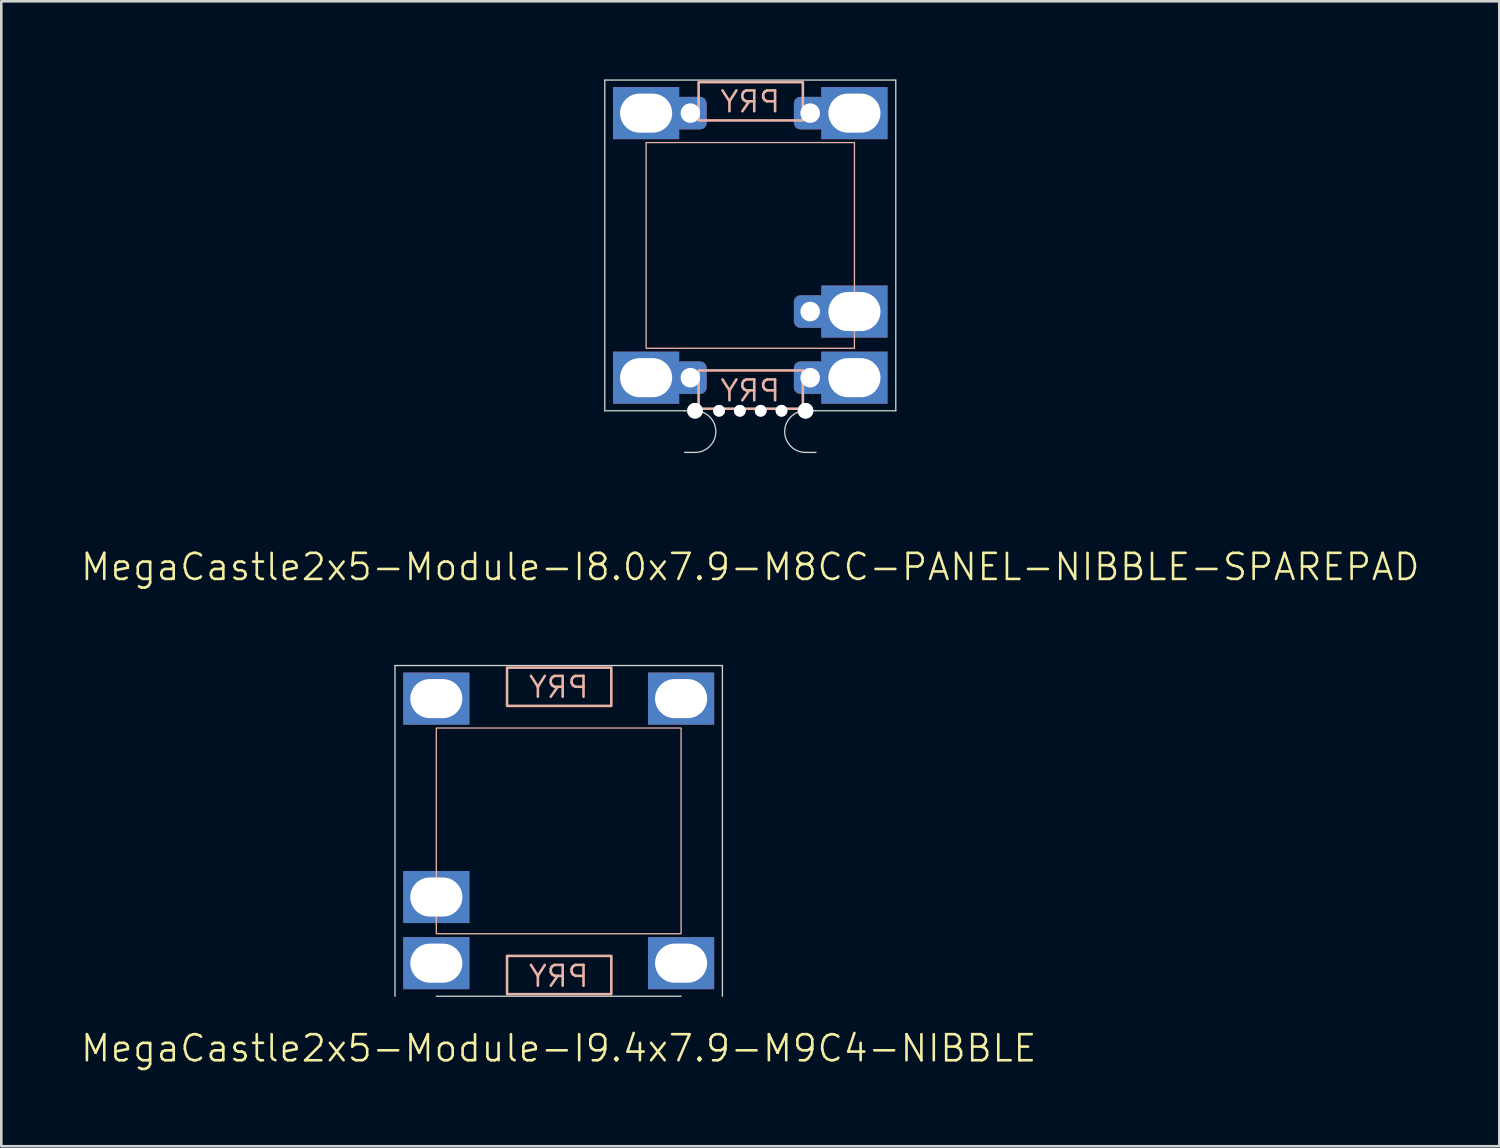
<source format=kicad_pcb>
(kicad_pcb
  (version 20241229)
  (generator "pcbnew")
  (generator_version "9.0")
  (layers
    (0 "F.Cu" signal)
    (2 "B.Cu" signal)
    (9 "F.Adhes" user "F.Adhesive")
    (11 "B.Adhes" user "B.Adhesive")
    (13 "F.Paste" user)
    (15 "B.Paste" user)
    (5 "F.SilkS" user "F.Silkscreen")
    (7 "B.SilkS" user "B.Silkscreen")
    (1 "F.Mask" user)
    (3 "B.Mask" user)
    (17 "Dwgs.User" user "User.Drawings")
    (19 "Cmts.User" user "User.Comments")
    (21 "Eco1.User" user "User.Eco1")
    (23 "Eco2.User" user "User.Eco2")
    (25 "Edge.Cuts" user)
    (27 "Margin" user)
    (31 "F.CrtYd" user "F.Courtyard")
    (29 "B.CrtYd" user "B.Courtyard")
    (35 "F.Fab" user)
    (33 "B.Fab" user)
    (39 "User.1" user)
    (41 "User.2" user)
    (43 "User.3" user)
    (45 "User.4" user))
  (footprint "MegaCastle2x5-Module-I8.0x7.9-M8CC-PANEL-NIBBLE-SPAREPAD"
    (layer "F.Cu")
    (at 25.764 6.375)
    (property "Reference" "MegaCastle2x5-Module-I8.0x7.9-M8CC-PANEL-NIBBLE-SPAREPAD" (at 0 12.35 0) (unlocked yes) (layer "F.SilkS") (effects (font (size 1 1) (thickness 0.1))))
    (attr smd)
    (fp_rect (start -4 3.95) (end 4 -3.95) (stroke (width 0.05) (type default)) (fill no) (layer "B.SilkS"))
    (fp_rect (start -1.984 -4.801) (end 2.02 -6.27) (stroke (width 0.1) (type default)) (fill no) (layer "B.SilkS"))
    (fp_rect (start -1.984 4.801) (end 2.02 6.27) (stroke (width 0.1) (type default)) (fill no) (layer "B.SilkS"))
    (fp_line (start -5.588 -6.35) (end -5.588 6.35) (stroke (width 0.05) (type default)) (layer "Edge.Cuts"))
    (fp_line (start -5.588 -6.35) (end 5.588 -6.35) (stroke (width 0.05) (type default)) (layer "Edge.Cuts"))
    (fp_line (start -5.588 6.35) (end -2.522 6.35) (stroke (width 0.05) (type default)) (layer "Edge.Cuts"))
    (fp_line (start -2.522 6.35) (end -2.123 6.35) (stroke (width 0.05) (type default)) (layer "Edge.Cuts"))
    (fp_line (start -2.522 7.95) (end -2.123 7.95) (stroke (width 0.05) (type default)) (layer "Edge.Cuts"))
    (fp_line (start 2.522 6.35) (end 2.123 6.35) (stroke (width 0.05) (type default)) (layer "Edge.Cuts"))
    (fp_line (start 2.522 6.35) (end 5.588 6.35) (stroke (width 0.05) (type default)) (layer "Edge.Cuts"))
    (fp_line (start 2.522 7.95) (end 2.123 7.95) (stroke (width 0.05) (type default)) (layer "Edge.Cuts"))
    (fp_line (start 5.588 -6.35) (end 5.588 6.35) (stroke (width 0.05) (type default)) (layer "Edge.Cuts"))
    (fp_arc (start -2.1225 6.35) (mid -1.3225 7.15) (end -2.1225 7.95) (stroke (width 0.05) (type default)) (layer "Edge.Cuts"))
    (fp_arc (start 2.1225 7.95) (mid 1.3225 7.15) (end 2.1225 6.35) (stroke (width 0.05) (type default)) (layer "Edge.Cuts"))
    (fp_text user "PRY" (at 0 -5.05 0) (unlocked yes) (layer "B.SilkS") (effects (font (size 0.8 0.8) (thickness 0.1)) (justify bottom mirror)))
    (fp_text user "PRY" (at 0 6.05 0) (unlocked yes) (layer "B.SilkS") (effects (font (size 0.8 0.8) (thickness 0.1)) (justify bottom mirror)))
    (pad "" np_thru_hole circle (at -2.123 6.35) (size 0.6 0.6) (drill 0.6) (layers "*.Cu" "Edge.Cuts"))
    (pad "" np_thru_hole circle (at -1.2 6.35) (size 0.45 0.45) (drill 0.45) (layers "*.Cu" "Edge.Cuts"))
    (pad "" np_thru_hole circle (at -0.4 6.35) (size 0.45 0.45) (drill 0.45) (layers "*.Cu" "Edge.Cuts"))
    (pad "" np_thru_hole circle (at 0.4 6.35) (size 0.45 0.45) (drill 0.45) (layers "*.Cu" "Edge.Cuts"))
    (pad "" np_thru_hole circle (at 1.2 6.35) (size 0.45 0.45) (drill 0.45) (layers "*.Cu" "Edge.Cuts"))
    (pad "" np_thru_hole circle (at 2.123 6.35) (size 0.6 0.6) (drill 0.6) (layers "*.Cu" "Edge.Cuts"))
    (pad "1" thru_hole rect (at -4 -5.08) (size 2.54 2) (drill oval 2 1.5) (property pad_prop_castellated) (layers "*.Cu" "*.Mask"))
    (pad "1" thru_hole roundrect (at -2.3 -5.08 180) (size 1.25 1.25) (drill 0.75) (layers "*.Cu" "*.Mask") (roundrect_rratio 0.2))
    (pad "5" thru_hole rect (at -4 5.08) (size 2.54 2) (drill oval 2 1.5) (property pad_prop_castellated) (layers "*.Cu" "*.Mask"))
    (pad "5" thru_hole roundrect (at -2.3 5.08 180) (size 1.25 1.25) (drill 0.75) (layers "*.Cu" "*.Mask") (roundrect_rratio 0.2))
    (pad "6" thru_hole roundrect (at 2.3 -5.08 180) (size 1.25 1.25) (drill 0.75) (layers "*.Cu" "*.Mask") (roundrect_rratio 0.2))
    (pad "6" thru_hole rect (at 4 -5.08) (size 2.54 2) (drill oval 2 1.5) (property pad_prop_castellated) (layers "*.Cu" "*.Mask"))
    (pad "9" thru_hole roundrect (at 2.3 2.54 180) (size 1.25 1.25) (drill 0.75) (layers "*.Cu" "*.Mask") (roundrect_rratio 0.2))
    (pad "9" thru_hole rect (at 4 2.54) (size 2.54 2) (drill oval 2 1.5) (property pad_prop_castellated) (layers "*.Cu" "*.Mask"))
    (pad "10" thru_hole roundrect (at 2.3 5.08 180) (size 1.25 1.25) (drill 0.75) (layers "*.Cu" "*.Mask") (roundrect_rratio 0.2))
    (pad "10" thru_hole rect (at 4 5.08) (size 2.54 2) (drill oval 2 1.5) (property pad_prop_castellated) (layers "*.Cu" "*.Mask"))
    (zone (net_name "") (layer "B.Cu") (hatch edge 0.5) (connect_pads) (min_thickness 0.25) (filled_areas_thickness no) (keepout (tracks allowed) (vias allowed) (pads allowed) (copperpour allowed) (footprints not_allowed)) (placement (enabled no)) (fill) (polygon (pts (xy 21.764 12.725) (xy 21.764 0.025))))
    (zone (net_name "") (layer "B.Cu") (hatch edge 0.5) (connect_pads) (min_thickness 0.25) (filled_areas_thickness no) (keepout (tracks allowed) (vias allowed) (pads allowed) (copperpour allowed) (footprints not_allowed)) (placement (enabled no)) (fill) (polygon (pts (xy 29.764 12.725) (xy 29.764 0.025))))
    (zone (net_name "") (layer "B.Cu") (hatch edge 0.5) (connect_pads) (min_thickness 0.25) (filled_areas_thickness no) (keepout (tracks allowed) (vias allowed) (pads allowed) (copperpour allowed) (footprints not_allowed)) (placement (enabled no)) (fill) (polygon (pts (xy 21.764 0.025) (xy 21.764 2.425) (xy 29.764 2.425) (xy 29.764 0.025))))
    (zone (net_name "") (layer "B.Cu") (hatch edge 0.5) (connect_pads) (min_thickness 0.25) (filled_areas_thickness no) (keepout (tracks allowed) (vias allowed) (pads allowed) (copperpour allowed) (footprints not_allowed)) (placement (enabled no)) (fill) (polygon (pts (xy 21.764 12.725) (xy 21.764 10.325) (xy 29.764 10.325) (xy 29.764 12.725))))
    (zone (net_name "") (layer "B.Cu") (name "Upper Pry Zone") (hatch edge 0.5) (connect_pads) (min_thickness 0.25) (filled_areas_thickness no) (keepout (tracks not_allowed) (vias not_allowed) (pads not_allowed) (copperpour allowed) (footprints not_allowed)) (placement (enabled no)) (fill) (polygon (pts (xy 23.78 1.574) (xy 23.78 0.105) (xy 27.784 0.105) (xy 27.784 1.574))))
    (zone (net_name "") (layer "B.Cu") (name "Upper Pry Zone") (hatch edge 0.5) (connect_pads) (min_thickness 0.25) (filled_areas_thickness no) (keepout (tracks not_allowed) (vias not_allowed) (pads not_allowed) (copperpour allowed) (footprints not_allowed)) (placement (enabled no)) (fill) (polygon (pts (xy 23.78 11.176) (xy 23.78 12.645) (xy 27.784 12.645) (xy 27.784 11.176)))))
  (footprint "MegaCastle2x5-Module-I9.4x7.9-M9C4-NIBBLE"
    (layer "F.Cu")
    (at 18.407 28.86)
    (property "Reference" "MegaCastle2x5-Module-I9.4x7.9-M9C4-NIBBLE" (at 0 8.35 0) (unlocked yes) (layer "F.SilkS") (effects (font (size 1 1) (thickness 0.1))))
    (attr smd)
    (fp_rect (start -4.7 3.95) (end 4.7 -3.95) (stroke (width 0.05) (type default)) (fill no) (layer "B.SilkS"))
    (fp_rect (start -1.984 -4.801) (end 2.02 -6.27) (stroke (width 0.1) (type default)) (fill no) (layer "B.SilkS"))
    (fp_rect (start -1.984 4.801) (end 2.02 6.27) (stroke (width 0.1) (type default)) (fill no) (layer "B.SilkS"))
    (fp_line (start -6.287 -6.35) (end -6.287 6.35) (stroke (width 0.05) (type default)) (layer "Edge.Cuts"))
    (fp_line (start -6.287 -6.35) (end 6.287 -6.35) (stroke (width 0.05) (type default)) (layer "Edge.Cuts"))
    (fp_line (start -4.7 6.35) (end 4.7 6.35) (stroke (width 0.05) (type default)) (layer "Edge.Cuts"))
    (fp_line (start 6.287 -6.35) (end 6.287 6.35) (stroke (width 0.05) (type default)) (layer "Edge.Cuts"))
    (fp_text user "PRY" (at 0 -5.05 0) (unlocked yes) (layer "B.SilkS") (effects (font (size 0.8 0.8) (thickness 0.1)) (justify bottom mirror)))
    (fp_text user "PRY" (at 0 6.05 0) (unlocked yes) (layer "B.SilkS") (effects (font (size 0.8 0.8) (thickness 0.1)) (justify bottom mirror)))
    (pad "1" thru_hole rect (at -4.7 -5.08) (size 2.54 2) (drill oval 2 1.5) (property pad_prop_castellated) (layers "*.Cu" "*.Mask"))
    (pad "4" thru_hole rect (at -4.7 2.54) (size 2.54 2) (drill oval 2 1.5) (property pad_prop_castellated) (layers "*.Cu" "*.Mask"))
    (pad "5" thru_hole rect (at -4.7 5.08) (size 2.54 2) (drill oval 2 1.5) (property pad_prop_castellated) (layers "*.Cu" "*.Mask"))
    (pad "6" thru_hole rect (at 4.7 -5.08) (size 2.54 2) (drill oval 2 1.5) (property pad_prop_castellated) (layers "*.Cu" "*.Mask"))
    (pad "10" thru_hole rect (at 4.7 5.08) (size 2.54 2) (drill oval 2 1.5) (property pad_prop_castellated) (layers "*.Cu" "*.Mask"))
    (zone (net_name "") (layer "B.Cu") (hatch edge 0.5) (connect_pads) (min_thickness 0.25) (filled_areas_thickness no) (keepout (tracks allowed) (vias allowed) (pads allowed) (copperpour allowed) (footprints not_allowed)) (placement (enabled no)) (fill) (polygon (pts (xy 13.707 35.211) (xy 13.707 22.511))))
    (zone (net_name "") (layer "B.Cu") (hatch edge 0.5) (connect_pads) (min_thickness 0.25) (filled_areas_thickness no) (keepout (tracks allowed) (vias allowed) (pads allowed) (copperpour allowed) (footprints not_allowed)) (placement (enabled no)) (fill) (polygon (pts (xy 23.107 35.211) (xy 23.107 22.511))))
    (zone (net_name "") (layer "B.Cu") (hatch edge 0.5) (connect_pads) (min_thickness 0.25) (filled_areas_thickness no) (keepout (tracks allowed) (vias allowed) (pads allowed) (copperpour allowed) (footprints not_allowed)) (placement (enabled no)) (fill) (polygon (pts (xy 13.707 22.511) (xy 13.707 24.91) (xy 23.107 24.91) (xy 23.107 22.511))))
    (zone (net_name "") (layer "B.Cu") (hatch edge 0.5) (connect_pads) (min_thickness 0.25) (filled_areas_thickness no) (keepout (tracks allowed) (vias allowed) (pads allowed) (copperpour allowed) (footprints not_allowed)) (placement (enabled no)) (fill) (polygon (pts (xy 13.707 35.211) (xy 13.707 32.81) (xy 23.107 32.81) (xy 23.107 35.211))))
    (zone (net_name "") (layer "B.Cu") (name "Upper Pry Zone") (hatch edge 0.5) (connect_pads) (min_thickness 0.25) (filled_areas_thickness no) (keepout (tracks not_allowed) (vias not_allowed) (pads not_allowed) (copperpour allowed) (footprints not_allowed)) (placement (enabled no)) (fill) (polygon (pts (xy 16.423 24.059) (xy 16.423 22.59) (xy 20.427 22.59) (xy 20.427 24.059))))
    (zone (net_name "") (layer "B.Cu") (name "Upper Pry Zone") (hatch edge 0.5) (connect_pads) (min_thickness 0.25) (filled_areas_thickness no) (keepout (tracks not_allowed) (vias not_allowed) (pads not_allowed) (copperpour allowed) (footprints not_allowed)) (placement (enabled no)) (fill) (polygon (pts (xy 16.423 33.662) (xy 16.423 35.13) (xy 20.427 35.13) (xy 20.427 33.662)))))
  (gr_rect
    (start -3 -3)
    (end 54.529 40.971)
    (stroke (width 0.1) (type default))
    (fill no)
    (layer "Edge.Cuts")))
</source>
